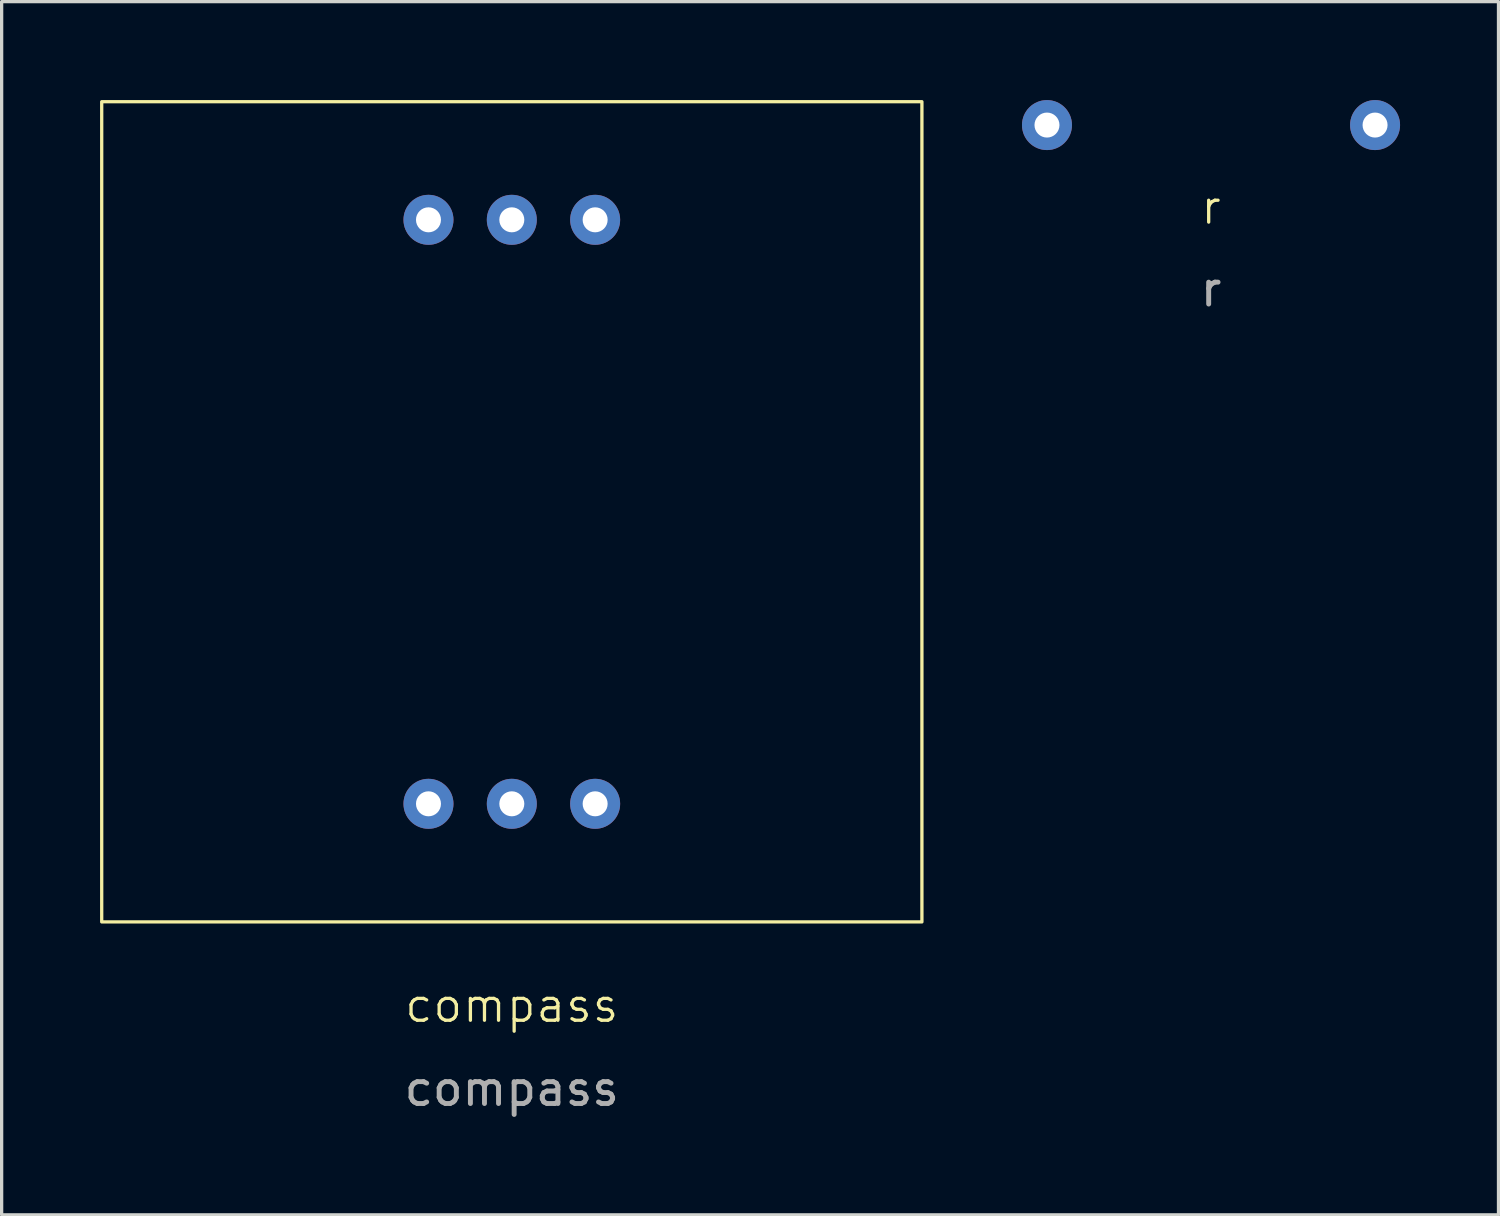
<source format=kicad_pcb>
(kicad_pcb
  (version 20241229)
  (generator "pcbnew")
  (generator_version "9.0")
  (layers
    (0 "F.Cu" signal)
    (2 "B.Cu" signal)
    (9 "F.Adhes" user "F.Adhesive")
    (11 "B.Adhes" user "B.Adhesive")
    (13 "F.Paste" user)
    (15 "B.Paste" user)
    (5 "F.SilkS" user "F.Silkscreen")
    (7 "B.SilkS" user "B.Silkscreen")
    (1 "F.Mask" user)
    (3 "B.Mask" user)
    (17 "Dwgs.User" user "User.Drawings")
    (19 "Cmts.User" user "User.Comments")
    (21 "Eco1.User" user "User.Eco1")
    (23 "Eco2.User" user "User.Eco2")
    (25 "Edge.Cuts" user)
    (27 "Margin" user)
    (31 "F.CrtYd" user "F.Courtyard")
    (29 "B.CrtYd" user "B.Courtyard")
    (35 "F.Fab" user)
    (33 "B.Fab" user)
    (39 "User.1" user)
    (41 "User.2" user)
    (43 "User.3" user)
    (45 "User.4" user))
  (footprint "compass"
    (layer "F.Cu")
    (at 12.55 25.05)
    (property "Reference" "compass" (at 0 2.54 0) (unlocked yes) (layer "F.SilkS") (effects (font (size 1 1) (thickness 0.1))))
    (fp_rect (start -12.5 -25) (end 12.5 0) (stroke (width 0.1) (type default)) (fill no) (layer "F.SilkS"))
    (fp_text user "${REFERENCE}" (at 0 5.08 0) (unlocked yes) (layer "F.Fab") (effects (font (size 1 1) (thickness 0.15))))
    (pad "1" thru_hole circle (at -2.54 -3.6) (size 1.524 1.524) (drill 0.762) (layers "*.Cu" "*.Mask"))
    (pad "2" thru_hole circle (at 0 -3.6) (size 1.524 1.524) (drill 0.762) (layers "*.Cu" "*.Mask"))
    (pad "3" thru_hole circle (at 2.54 -3.6) (size 1.524 1.524) (drill 0.762) (layers "*.Cu" "*.Mask"))
    (pad "4" thru_hole circle (at -2.54 -21.4) (size 1.524 1.524) (drill 0.762) (layers "*.Cu" "*.Mask"))
    (pad "5" thru_hole circle (at 0 -21.4) (size 1.524 1.524) (drill 0.762) (layers "*.Cu" "*.Mask"))
    (pad "6" thru_hole circle (at 2.54 -21.4) (size 1.524 1.524) (drill 0.762) (layers "*.Cu" "*.Mask")))
  (footprint "r"
    (layer "F.Cu")
    (at 33.862 3.262)
    (property "Reference" "r" (at 0 0 0) (unlocked yes) (layer "F.SilkS") (effects (font (size 1 1) (thickness 0.1))))
    (fp_text user "${REFERENCE}" (at 0 2.5 0) (unlocked yes) (layer "F.Fab") (effects (font (size 1 1) (thickness 0.15))))
    (pad "1" thru_hole circle (at -5 -2.5) (size 1.524 1.524) (drill 0.762) (layers "*.Cu" "*.Mask"))
    (pad "2" thru_hole circle (at 5 -2.5) (size 1.524 1.524) (drill 0.762) (layers "*.Cu" "*.Mask")))
  (gr_rect
    (start -3 -3)
    (end 42.624 33.978)
    (stroke (width 0.1) (type default))
    (fill no)
    (layer "Edge.Cuts")))
</source>
